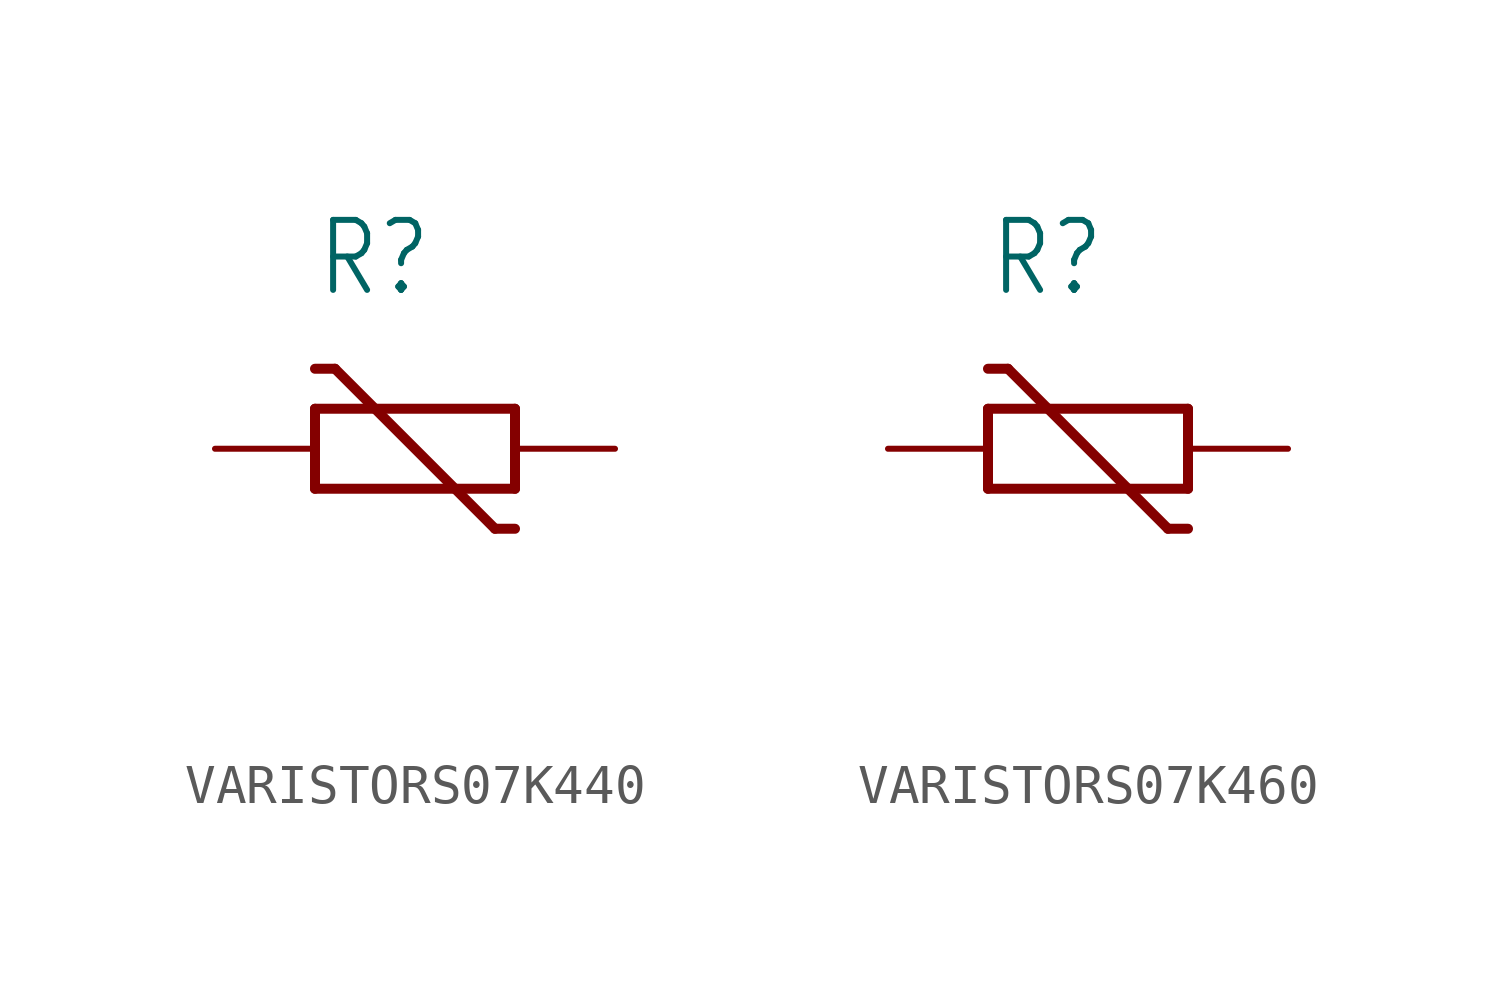
<source format=kicad_sym>
(kicad_symbol_lib
  (version 20241209)
  (generator "kicad_symbol_editor")
  (generator_version "9.0")
  (symbol "VARISTORS07K440"
    (property "Reference" "R"
      (at -2.54 3.81 0)
      (effects (font (size 1.778 1.511)) (justify left bottom)))
    (property "Value" ""
      (at -2.54 -6.35 0)
      (effects (font (size 1.778 1.511)) (justify left bottom)))
    (property "ki_locked" ""
      (at 0 0 0)
      (effects (font (size 1.27 1.27))))
    (symbol "VARISTORS07K440_1_0"
      (polyline (pts (xy -2.54 1.016) (xy 2.54 1.016)) (stroke (width 0.254) (type solid)) (fill (type none)))
      (polyline (pts (xy -2.54 -1.016) (xy -2.54 1.016)) (stroke (width 0.254) (type solid)) (fill (type none)))
      (polyline (pts (xy -2.032 2.032) (xy -2.54 2.032)) (stroke (width 0.254) (type solid)) (fill (type none)))
      (polyline (pts (xy 2.032 -2.032) (xy -2.032 2.032)) (stroke (width 0.254) (type solid)) (fill (type none)))
      (polyline (pts (xy 2.54 1.016) (xy 2.54 -1.016)) (stroke (width 0.254) (type solid)) (fill (type none)))
      (polyline (pts (xy 2.54 -1.016) (xy -2.54 -1.016)) (stroke (width 0.254) (type solid)) (fill (type none)))
      (polyline (pts (xy 2.54 -2.032) (xy 2.032 -2.032)) (stroke (width 0.254) (type solid)) (fill (type none)))
      (pin passive line (at -5.08 0 0) (length 2.54) (name "2" (effects (font (size 0 0)))) (number "2" (effects (font (size 0 0)))))
      (pin passive line (at 5.08 0 180) (length 2.54) (name "1" (effects (font (size 0 0)))) (number "1" (effects (font (size 0 0)))))))
  (symbol "VARISTORS07K460"
    (property "Reference" "R"
      (at -2.54 3.81 0)
      (effects (font (size 1.778 1.511)) (justify left bottom)))
    (property "Value" ""
      (at -2.54 -6.35 0)
      (effects (font (size 1.778 1.511)) (justify left bottom)))
    (property "ki_locked" ""
      (at 0 0 0)
      (effects (font (size 1.27 1.27))))
    (symbol "VARISTORS07K460_1_0"
      (polyline (pts (xy -2.54 1.016) (xy 2.54 1.016)) (stroke (width 0.254) (type solid)) (fill (type none)))
      (polyline (pts (xy -2.54 -1.016) (xy -2.54 1.016)) (stroke (width 0.254) (type solid)) (fill (type none)))
      (polyline (pts (xy -2.032 2.032) (xy -2.54 2.032)) (stroke (width 0.254) (type solid)) (fill (type none)))
      (polyline (pts (xy 2.032 -2.032) (xy -2.032 2.032)) (stroke (width 0.254) (type solid)) (fill (type none)))
      (polyline (pts (xy 2.54 1.016) (xy 2.54 -1.016)) (stroke (width 0.254) (type solid)) (fill (type none)))
      (polyline (pts (xy 2.54 -1.016) (xy -2.54 -1.016)) (stroke (width 0.254) (type solid)) (fill (type none)))
      (polyline (pts (xy 2.54 -2.032) (xy 2.032 -2.032)) (stroke (width 0.254) (type solid)) (fill (type none)))
      (pin passive line (at -5.08 0 0) (length 2.54) (name "2" (effects (font (size 0 0)))) (number "2" (effects (font (size 0 0)))))
      (pin passive line (at 5.08 0 180) (length 2.54) (name "1" (effects (font (size 0 0)))) (number "1" (effects (font (size 0 0))))))))
</source>
